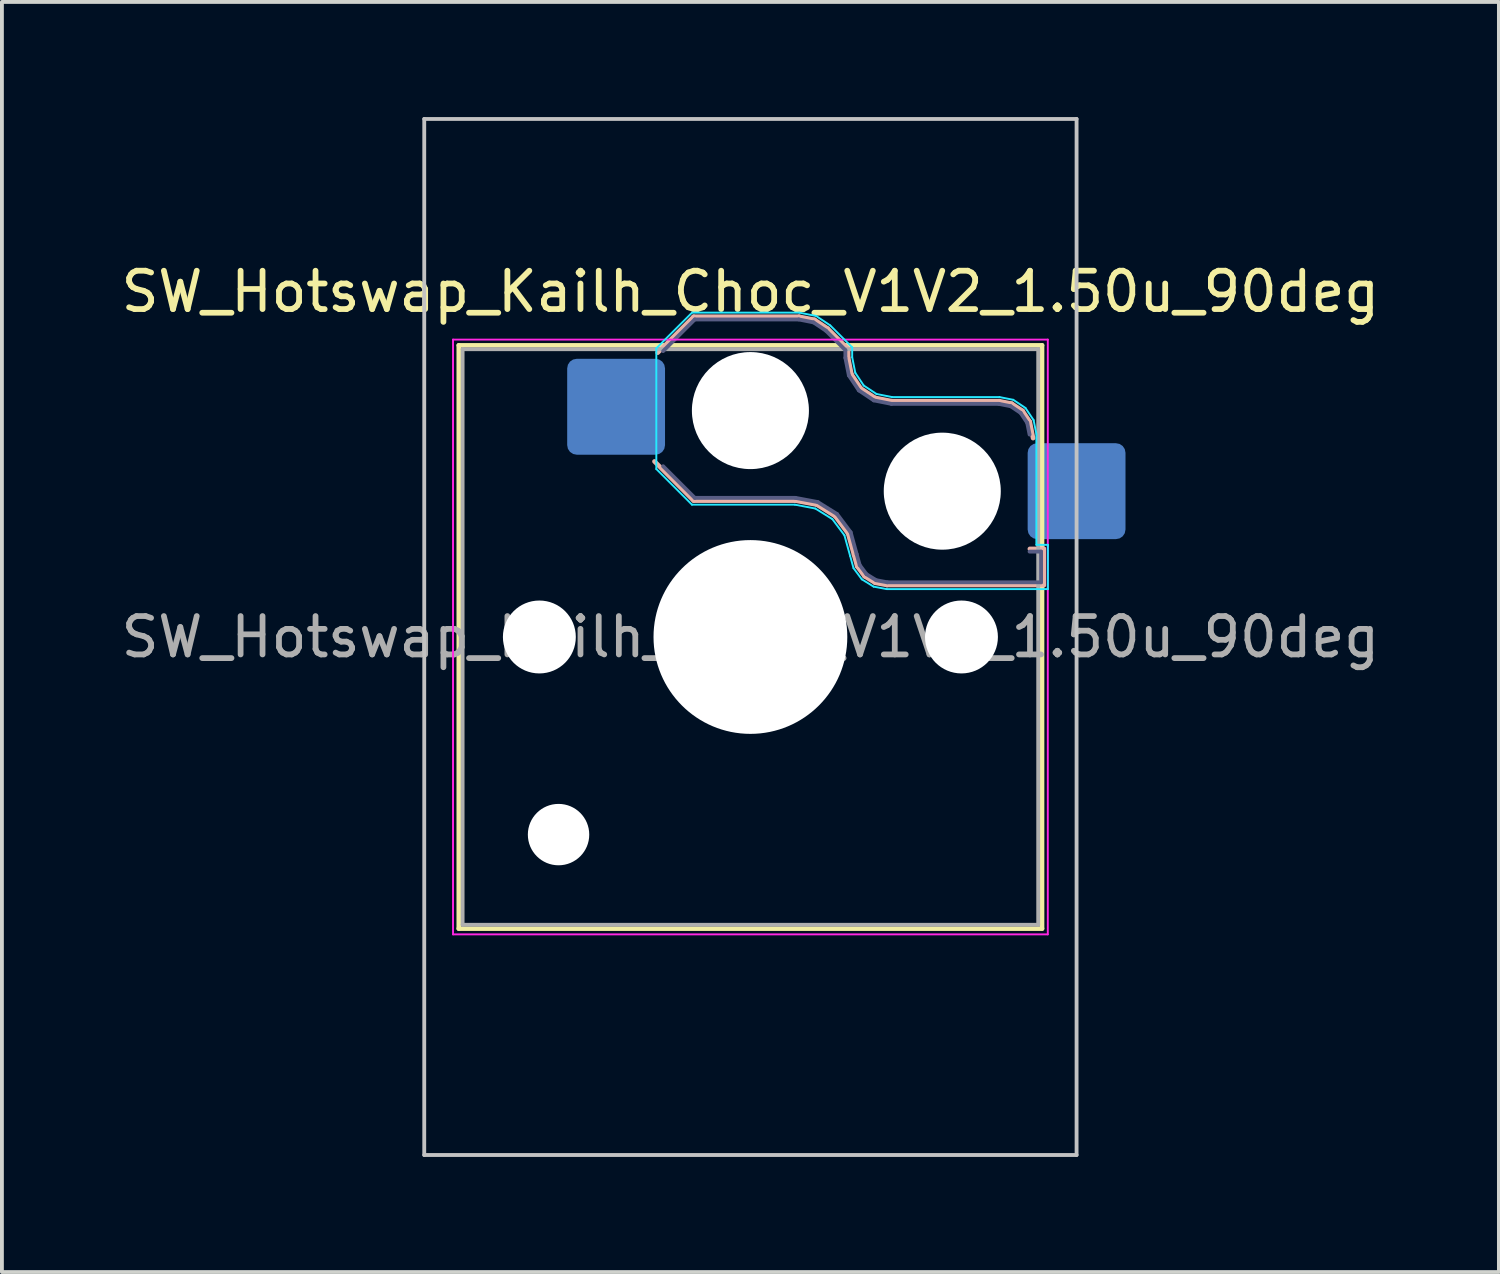
<source format=kicad_pcb>
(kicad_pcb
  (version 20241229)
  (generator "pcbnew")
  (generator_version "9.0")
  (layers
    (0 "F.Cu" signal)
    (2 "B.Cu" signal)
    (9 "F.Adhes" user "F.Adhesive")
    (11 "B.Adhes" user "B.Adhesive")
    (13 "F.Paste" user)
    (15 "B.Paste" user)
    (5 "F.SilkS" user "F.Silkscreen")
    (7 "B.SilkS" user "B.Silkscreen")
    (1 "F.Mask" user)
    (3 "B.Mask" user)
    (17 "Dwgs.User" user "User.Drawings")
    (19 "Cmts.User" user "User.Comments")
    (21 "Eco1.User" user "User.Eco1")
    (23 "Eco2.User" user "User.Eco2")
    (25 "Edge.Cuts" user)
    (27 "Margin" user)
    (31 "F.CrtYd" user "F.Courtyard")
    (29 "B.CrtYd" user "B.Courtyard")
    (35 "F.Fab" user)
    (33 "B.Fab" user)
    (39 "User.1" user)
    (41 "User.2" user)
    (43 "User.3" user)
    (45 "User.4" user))
  (footprint "SW_Hotswap_Kailh_Choc_V1V2_1.50u_90deg"
    (layer "F.Cu")
    (at 16.506 13.55)
    (property "Reference" "SW_Hotswap_Kailh_Choc_V1V2_1.50u_90deg" (at 0 -9 0) (layer "F.SilkS") (effects (font (size 1 1) (thickness 0.15))))
    (attr smd)
    (fp_line (start -7.6 -7.6) (end -7.6 7.6) (stroke (width 0.12) (type solid)) (layer "F.SilkS"))
    (fp_line (start -7.6 7.6) (end 7.6 7.6) (stroke (width 0.12) (type solid)) (layer "F.SilkS"))
    (fp_line (start 7.6 -7.6) (end -7.6 -7.6) (stroke (width 0.12) (type solid)) (layer "F.SilkS"))
    (fp_line (start 7.6 7.6) (end 7.6 -7.6) (stroke (width 0.12) (type solid)) (layer "F.SilkS"))
    (fp_line (start -2.416 -7.409) (end -1.479 -8.346) (stroke (width 0.12) (type solid)) (layer "B.SilkS"))
    (fp_line (start -1.479 -8.346) (end 1.268 -8.346) (stroke (width 0.12) (type solid)) (layer "B.SilkS"))
    (fp_line (start -1.479 -3.554) (end -2.5 -4.575) (stroke (width 0.12) (type solid)) (layer "B.SilkS"))
    (fp_line (start 1.168 -3.554) (end -1.479 -3.554) (stroke (width 0.12) (type solid)) (layer "B.SilkS"))
    (fp_line (start 1.268 -8.346) (end 1.671 -8.266) (stroke (width 0.12) (type solid)) (layer "B.SilkS"))
    (fp_line (start 1.671 -8.266) (end 2.013 -8.037) (stroke (width 0.12) (type solid)) (layer "B.SilkS"))
    (fp_line (start 1.73 -3.449) (end 1.168 -3.554) (stroke (width 0.12) (type solid)) (layer "B.SilkS"))
    (fp_line (start 2.013 -8.037) (end 2.546 -7.504) (stroke (width 0.12) (type solid)) (layer "B.SilkS"))
    (fp_line (start 2.209 -3.15) (end 1.73 -3.449) (stroke (width 0.12) (type solid)) (layer "B.SilkS"))
    (fp_line (start 2.546 -7.504) (end 2.546 -7.282) (stroke (width 0.12) (type solid)) (layer "B.SilkS"))
    (fp_line (start 2.546 -7.282) (end 2.633 -6.844) (stroke (width 0.12) (type solid)) (layer "B.SilkS"))
    (fp_line (start 2.547 -2.697) (end 2.209 -3.15) (stroke (width 0.12) (type solid)) (layer "B.SilkS"))
    (fp_line (start 2.633 -6.844) (end 2.877 -6.477) (stroke (width 0.12) (type solid)) (layer "B.SilkS"))
    (fp_line (start 2.701 -2.139) (end 2.547 -2.697) (stroke (width 0.12) (type solid)) (layer "B.SilkS"))
    (fp_line (start 2.783 -1.841) (end 2.701 -2.139) (stroke (width 0.12) (type solid)) (layer "B.SilkS"))
    (fp_line (start 2.877 -6.477) (end 3.244 -6.233) (stroke (width 0.12) (type solid)) (layer "B.SilkS"))
    (fp_line (start 2.976 -1.583) (end 2.783 -1.841) (stroke (width 0.12) (type solid)) (layer "B.SilkS"))
    (fp_line (start 3.244 -6.233) (end 3.682 -6.146) (stroke (width 0.12) (type solid)) (layer "B.SilkS"))
    (fp_line (start 3.25 -1.413) (end 2.976 -1.583) (stroke (width 0.12) (type solid)) (layer "B.SilkS"))
    (fp_line (start 3.56 -1.354) (end 3.25 -1.413) (stroke (width 0.12) (type solid)) (layer "B.SilkS"))
    (fp_line (start 3.682 -6.146) (end 6.482 -6.146) (stroke (width 0.12) (type solid)) (layer "B.SilkS"))
    (fp_line (start 6.482 -6.146) (end 6.809 -6.081) (stroke (width 0.12) (type solid)) (layer "B.SilkS"))
    (fp_line (start 6.809 -6.081) (end 7.092 -5.892) (stroke (width 0.12) (type solid)) (layer "B.SilkS"))
    (fp_line (start 7.092 -5.892) (end 7.281 -5.609) (stroke (width 0.12) (type solid)) (layer "B.SilkS"))
    (fp_line (start 7.281 -5.609) (end 7.366 -5.182) (stroke (width 0.12) (type solid)) (layer "B.SilkS"))
    (fp_line (start 7.283 -2.296) (end 7.646 -2.296) (stroke (width 0.12) (type solid)) (layer "B.SilkS"))
    (fp_line (start 7.646 -2.296) (end 7.646 -1.354) (stroke (width 0.12) (type solid)) (layer "B.SilkS"))
    (fp_line (start 7.646 -1.354) (end 3.56 -1.354) (stroke (width 0.12) (type solid)) (layer "B.SilkS"))
    (fp_line (start -8.5 -13.5) (end 8.5 -13.5) (stroke (width 0.1) (type solid)) (layer "Dwgs.User"))
    (fp_line (start -8.5 13.5) (end -8.5 -13.5) (stroke (width 0.1) (type solid)) (layer "Dwgs.User"))
    (fp_line (start 8.5 -13.5) (end 8.5 13.5) (stroke (width 0.1) (type solid)) (layer "Dwgs.User"))
    (fp_line (start 8.5 13.5) (end -8.5 13.5) (stroke (width 0.1) (type solid)) (layer "Dwgs.User"))
    (fp_line (start -7.25 -7.25) (end -7.25 7.25) (stroke (width 0.1) (type solid)) (layer "Eco1.User"))
    (fp_line (start -7.25 7.25) (end 7.25 7.25) (stroke (width 0.1) (type solid)) (layer "Eco1.User"))
    (fp_line (start 7.25 -7.25) (end -7.25 -7.25) (stroke (width 0.1) (type solid)) (layer "Eco1.User"))
    (fp_line (start 7.25 7.25) (end 7.25 -7.25) (stroke (width 0.1) (type solid)) (layer "Eco1.User"))
    (fp_line (start -2.452 -7.523) (end -1.523 -8.452) (stroke (width 0.05) (type solid)) (layer "B.CrtYd"))
    (fp_line (start -2.452 -4.377) (end -2.452 -7.523) (stroke (width 0.05) (type solid)) (layer "B.CrtYd"))
    (fp_line (start -1.523 -8.452) (end 1.278 -8.452) (stroke (width 0.05) (type solid)) (layer "B.CrtYd"))
    (fp_line (start -1.523 -3.448) (end -2.452 -4.377) (stroke (width 0.05) (type solid)) (layer "B.CrtYd"))
    (fp_line (start 1.159 -3.448) (end -1.523 -3.448) (stroke (width 0.05) (type solid)) (layer "B.CrtYd"))
    (fp_line (start 1.278 -8.452) (end 1.712 -8.366) (stroke (width 0.05) (type solid)) (layer "B.CrtYd"))
    (fp_line (start 1.691 -3.348) (end 1.159 -3.448) (stroke (width 0.05) (type solid)) (layer "B.CrtYd"))
    (fp_line (start 1.712 -8.366) (end 2.081 -8.119) (stroke (width 0.05) (type solid)) (layer "B.CrtYd"))
    (fp_line (start 2.081 -8.119) (end 2.652 -7.548) (stroke (width 0.05) (type solid)) (layer "B.CrtYd"))
    (fp_line (start 2.136 -3.071) (end 1.691 -3.348) (stroke (width 0.05) (type solid)) (layer "B.CrtYd"))
    (fp_line (start 2.45 -2.65) (end 2.136 -3.071) (stroke (width 0.05) (type solid)) (layer "B.CrtYd"))
    (fp_line (start 2.599 -2.111) (end 2.45 -2.65) (stroke (width 0.05) (type solid)) (layer "B.CrtYd"))
    (fp_line (start 2.652 -7.548) (end 2.652 -7.292) (stroke (width 0.05) (type solid)) (layer "B.CrtYd"))
    (fp_line (start 2.652 -7.292) (end 2.733 -6.885) (stroke (width 0.05) (type solid)) (layer "B.CrtYd"))
    (fp_line (start 2.687 -1.794) (end 2.599 -2.111) (stroke (width 0.05) (type solid)) (layer "B.CrtYd"))
    (fp_line (start 2.733 -6.885) (end 2.953 -6.553) (stroke (width 0.05) (type solid)) (layer "B.CrtYd"))
    (fp_line (start 2.903 -1.503) (end 2.687 -1.794) (stroke (width 0.05) (type solid)) (layer "B.CrtYd"))
    (fp_line (start 2.953 -6.553) (end 3.285 -6.333) (stroke (width 0.05) (type solid)) (layer "B.CrtYd"))
    (fp_line (start 3.211 -1.312) (end 2.903 -1.503) (stroke (width 0.05) (type solid)) (layer "B.CrtYd"))
    (fp_line (start 3.285 -6.333) (end 3.692 -6.252) (stroke (width 0.05) (type solid)) (layer "B.CrtYd"))
    (fp_line (start 3.55 -1.248) (end 3.211 -1.312) (stroke (width 0.05) (type solid)) (layer "B.CrtYd"))
    (fp_line (start 3.692 -6.252) (end 6.492 -6.252) (stroke (width 0.05) (type solid)) (layer "B.CrtYd"))
    (fp_line (start 6.492 -6.252) (end 6.85 -6.181) (stroke (width 0.05) (type solid)) (layer "B.CrtYd"))
    (fp_line (start 6.85 -6.181) (end 7.168 -5.968) (stroke (width 0.05) (type solid)) (layer "B.CrtYd"))
    (fp_line (start 7.168 -5.968) (end 7.381 -5.65) (stroke (width 0.05) (type solid)) (layer "B.CrtYd"))
    (fp_line (start 7.381 -5.65) (end 7.452 -5.292) (stroke (width 0.05) (type solid)) (layer "B.CrtYd"))
    (fp_line (start 7.452 -5.292) (end 7.452 -2.402) (stroke (width 0.05) (type solid)) (layer "B.CrtYd"))
    (fp_line (start 7.452 -2.402) (end 7.752 -2.402) (stroke (width 0.05) (type solid)) (layer "B.CrtYd"))
    (fp_line (start 7.752 -2.402) (end 7.752 -1.248) (stroke (width 0.05) (type solid)) (layer "B.CrtYd"))
    (fp_line (start 7.752 -1.248) (end 3.55 -1.248) (stroke (width 0.05) (type solid)) (layer "B.CrtYd"))
    (fp_line (start -7.75 -7.75) (end -7.75 7.75) (stroke (width 0.05) (type solid)) (layer "F.CrtYd"))
    (fp_line (start -7.75 7.75) (end 7.75 7.75) (stroke (width 0.05) (type solid)) (layer "F.CrtYd"))
    (fp_line (start 7.75 -7.75) (end -7.75 -7.75) (stroke (width 0.05) (type solid)) (layer "F.CrtYd"))
    (fp_line (start 7.75 7.75) (end 7.75 -7.75) (stroke (width 0.05) (type solid)) (layer "F.CrtYd"))
    (fp_line (start -2.275 -7.45) (end -1.45 -8.275) (stroke (width 0.1) (type solid)) (layer "B.Fab"))
    (fp_line (start -1.45 -8.275) (end 1.261 -8.275) (stroke (width 0.1) (type solid)) (layer "B.Fab"))
    (fp_line (start -1.45 -3.625) (end -2.275 -4.45) (stroke (width 0.1) (type solid)) (layer "B.Fab"))
    (fp_line (start 1.175 -3.625) (end -1.45 -3.625) (stroke (width 0.1) (type solid)) (layer "B.Fab"))
    (fp_line (start 1.261 -8.275) (end 1.643 -8.199) (stroke (width 0.1) (type solid)) (layer "B.Fab"))
    (fp_line (start 1.643 -8.199) (end 1.968 -7.982) (stroke (width 0.1) (type solid)) (layer "B.Fab"))
    (fp_line (start 1.756 -3.516) (end 1.175 -3.625) (stroke (width 0.1) (type solid)) (layer "B.Fab"))
    (fp_line (start 1.968 -7.982) (end 2.475 -7.475) (stroke (width 0.1) (type solid)) (layer "B.Fab"))
    (fp_line (start 2.258 -3.203) (end 1.756 -3.516) (stroke (width 0.1) (type solid)) (layer "B.Fab"))
    (fp_line (start 2.475 -7.475) (end 2.475 -7.275) (stroke (width 0.1) (type solid)) (layer "B.Fab"))
    (fp_line (start 2.475 -7.275) (end 2.566 -6.816) (stroke (width 0.1) (type solid)) (layer "B.Fab"))
    (fp_line (start 2.566 -6.816) (end 2.826 -6.426) (stroke (width 0.1) (type solid)) (layer "B.Fab"))
    (fp_line (start 2.612 -2.729) (end 2.258 -3.203) (stroke (width 0.1) (type solid)) (layer "B.Fab"))
    (fp_line (start 2.769 -2.158) (end 2.612 -2.729) (stroke (width 0.1) (type solid)) (layer "B.Fab"))
    (fp_line (start 2.826 -6.426) (end 3.216 -6.166) (stroke (width 0.1) (type solid)) (layer "B.Fab"))
    (fp_line (start 2.848 -1.873) (end 2.769 -2.158) (stroke (width 0.1) (type solid)) (layer "B.Fab"))
    (fp_line (start 3.025 -1.636) (end 2.848 -1.873) (stroke (width 0.1) (type solid)) (layer "B.Fab"))
    (fp_line (start 3.216 -6.166) (end 3.675 -6.075) (stroke (width 0.1) (type solid)) (layer "B.Fab"))
    (fp_line (start 3.276 -1.48) (end 3.025 -1.636) (stroke (width 0.1) (type solid)) (layer "B.Fab"))
    (fp_line (start 3.567 -1.425) (end 3.276 -1.48) (stroke (width 0.1) (type solid)) (layer "B.Fab"))
    (fp_line (start 3.675 -6.075) (end 6.475 -6.075) (stroke (width 0.1) (type solid)) (layer "B.Fab"))
    (fp_line (start 6.475 -6.075) (end 6.781 -6.014) (stroke (width 0.1) (type solid)) (layer "B.Fab"))
    (fp_line (start 6.781 -6.014) (end 7.041 -5.841) (stroke (width 0.1) (type solid)) (layer "B.Fab"))
    (fp_line (start 7.041 -5.841) (end 7.214 -5.581) (stroke (width 0.1) (type solid)) (layer "B.Fab"))
    (fp_line (start 7.214 -5.581) (end 7.275 -5.275) (stroke (width 0.1) (type solid)) (layer "B.Fab"))
    (fp_line (start 7.275 -2.225) (end 7.575 -2.225) (stroke (width 0.1) (type solid)) (layer "B.Fab"))
    (fp_line (start 7.575 -2.225) (end 7.575 -1.425) (stroke (width 0.1) (type solid)) (layer "B.Fab"))
    (fp_line (start 7.575 -1.425) (end 3.567 -1.425) (stroke (width 0.1) (type solid)) (layer "B.Fab"))
    (fp_line (start -7.5 -7.5) (end -7.5 7.5) (stroke (width 0.1) (type solid)) (layer "F.Fab"))
    (fp_line (start -7.5 7.5) (end 7.5 7.5) (stroke (width 0.1) (type solid)) (layer "F.Fab"))
    (fp_line (start 7.5 -7.5) (end -7.5 -7.5) (stroke (width 0.1) (type solid)) (layer "F.Fab"))
    (fp_line (start 7.5 7.5) (end 7.5 -7.5) (stroke (width 0.1) (type solid)) (layer "F.Fab"))
    (fp_text user "${REFERENCE}" (at 0 0 0) (layer "F.Fab") (effects (font (size 1 1) (thickness 0.15))))
    (pad "" np_thru_hole circle (at -5.5 0) (size 1.9 1.9) (drill 1.9) (layers "*.Cu" "*.Mask"))
    (pad "" np_thru_hole circle (at -5 5.15) (size 1.6 1.6) (drill 1.6) (layers "*.Cu" "*.Mask"))
    (pad "" np_thru_hole circle (at 0 -5.9) (size 3.05 3.05) (drill 3.05) (layers "*.Cu" "*.Mask"))
    (pad "" np_thru_hole circle (at 0 0) (size 5.05 5.05) (drill 5.05) (layers "*.Cu" "*.Mask"))
    (pad "" np_thru_hole circle (at 5 -3.8) (size 3.05 3.05) (drill 3.05) (layers "*.Cu" "*.Mask"))
    (pad "" np_thru_hole circle (at 5.5 0) (size 1.9 1.9) (drill 1.9) (layers "*.Cu" "*.Mask"))
    (pad "1" smd roundrect (at -3.5 -6) (size 2.55 2.5) (layers "B.Cu" "B.Mask" "B.Paste") (roundrect_rratio 0.1))
    (pad "2" smd roundrect (at 8.5 -3.8) (size 2.55 2.5) (layers "B.Cu" "B.Mask" "B.Paste") (roundrect_rratio 0.1)))
  (gr_rect
    (start -3 -3)
    (end 36.012 30.1)
    (stroke (width 0.1) (type default))
    (fill no)
    (layer "Edge.Cuts")))
</source>
